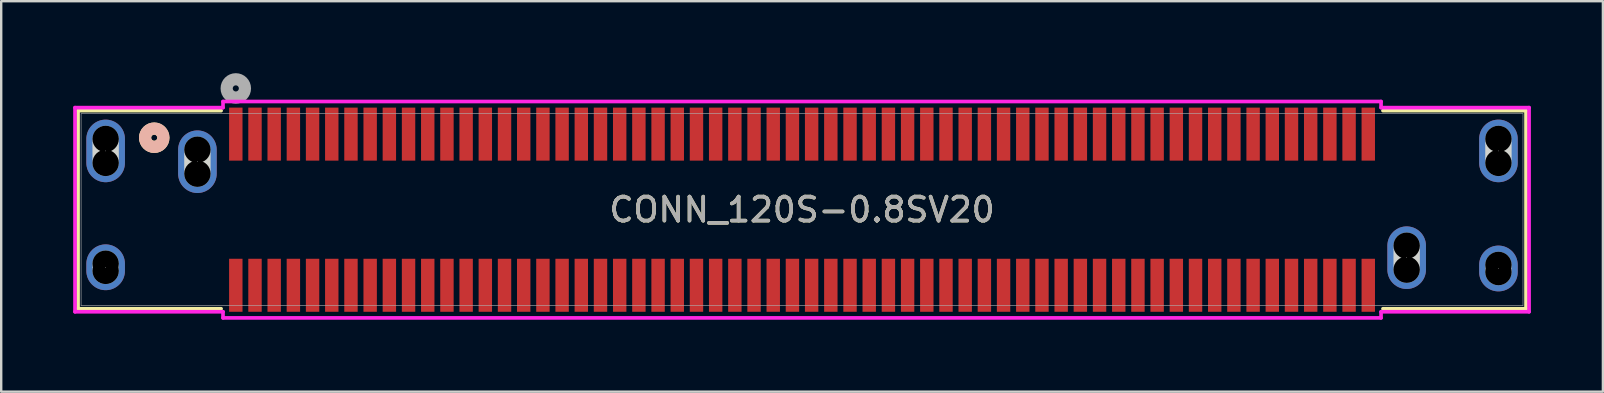
<source format=kicad_pcb>
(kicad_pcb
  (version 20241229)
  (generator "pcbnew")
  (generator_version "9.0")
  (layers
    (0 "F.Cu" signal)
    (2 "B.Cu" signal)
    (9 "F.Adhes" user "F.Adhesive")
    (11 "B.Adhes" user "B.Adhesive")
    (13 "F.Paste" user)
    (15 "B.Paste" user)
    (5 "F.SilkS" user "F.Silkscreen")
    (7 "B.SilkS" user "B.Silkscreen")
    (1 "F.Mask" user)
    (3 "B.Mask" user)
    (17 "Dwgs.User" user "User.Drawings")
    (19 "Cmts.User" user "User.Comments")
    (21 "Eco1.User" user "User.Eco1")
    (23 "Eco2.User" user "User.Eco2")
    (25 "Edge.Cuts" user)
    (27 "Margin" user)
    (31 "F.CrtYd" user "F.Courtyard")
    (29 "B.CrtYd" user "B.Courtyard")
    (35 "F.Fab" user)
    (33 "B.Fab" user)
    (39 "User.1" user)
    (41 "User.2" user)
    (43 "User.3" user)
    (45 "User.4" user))
  (footprint "CONN_120S-0.8SV20"
    (layer "F.Cu")
    (at 30.378 5.69)
    (property "Reference" "CONN_120S-0.8SV20" (at 0 0 0) (unlocked yes) (layer "F.SilkS") (effects (font (size 1 1) (thickness 0.15))))
    (attr smd)
    (fp_line (start -30.175 -4.128) (end -30.175 4.128) (stroke (width 0.152) (type solid)) (layer "F.SilkS"))
    (fp_line (start -30.175 4.128) (end -24.212 4.128) (stroke (width 0.152) (type solid)) (layer "F.SilkS"))
    (fp_line (start -24.212 -4.128) (end -30.175 -4.128) (stroke (width 0.152) (type solid)) (layer "F.SilkS"))
    (fp_line (start 24.212 4.128) (end 30.175 4.128) (stroke (width 0.152) (type solid)) (layer "F.SilkS"))
    (fp_line (start 30.175 -4.128) (end 24.212 -4.128) (stroke (width 0.152) (type solid)) (layer "F.SilkS"))
    (fp_line (start 30.175 4.128) (end 30.175 -4.128) (stroke (width 0.152) (type solid)) (layer "F.SilkS"))
    (fp_circle (center -27 -3) (end -26.619 -3) (stroke (width 0.508) (type solid)) (fill no) (layer "F.SilkS"))
    (fp_circle (center -27 -3) (end -26.619 -3) (stroke (width 0.508) (type solid)) (fill no) (layer "B.SilkS"))
    (fp_line (start -29.025 -1.95) (end -29.025 -2.95) (stroke (width 1.1) (type solid)) (layer "Edge.Cuts"))
    (fp_line (start -29.025 2.55) (end -29.025 2.25) (stroke (width 1.1) (type solid)) (layer "Edge.Cuts"))
    (fp_line (start -25.2 -1.5) (end -25.2 -2.5) (stroke (width 1.1) (type solid)) (layer "Edge.Cuts"))
    (fp_line (start 25.2 2.5) (end 25.2 1.5) (stroke (width 1.1) (type solid)) (layer "Edge.Cuts"))
    (fp_line (start 29.025 -1.95) (end 29.025 -2.95) (stroke (width 1.1) (type solid)) (layer "Edge.Cuts"))
    (fp_line (start 29.025 2.6) (end 29.025 2.3) (stroke (width 1.1) (type solid)) (layer "Edge.Cuts"))
    (fp_line (start -30.302 -4.255) (end -30.302 4.255) (stroke (width 0.152) (type solid)) (layer "F.CrtYd"))
    (fp_line (start -30.302 4.255) (end -24.133 4.255) (stroke (width 0.152) (type solid)) (layer "F.CrtYd"))
    (fp_line (start -24.133 -4.509) (end -24.133 -4.255) (stroke (width 0.152) (type solid)) (layer "F.CrtYd"))
    (fp_line (start -24.133 -4.255) (end -30.302 -4.255) (stroke (width 0.152) (type solid)) (layer "F.CrtYd"))
    (fp_line (start -24.133 4.255) (end -24.133 4.509) (stroke (width 0.152) (type solid)) (layer "F.CrtYd"))
    (fp_line (start -24.133 4.509) (end 24.133 4.509) (stroke (width 0.152) (type solid)) (layer "F.CrtYd"))
    (fp_line (start 24.133 -4.509) (end -24.133 -4.509) (stroke (width 0.152) (type solid)) (layer "F.CrtYd"))
    (fp_line (start 24.133 -4.255) (end 24.133 -4.509) (stroke (width 0.152) (type solid)) (layer "F.CrtYd"))
    (fp_line (start 24.133 4.255) (end 30.302 4.255) (stroke (width 0.152) (type solid)) (layer "F.CrtYd"))
    (fp_line (start 24.133 4.509) (end 24.133 4.255) (stroke (width 0.152) (type solid)) (layer "F.CrtYd"))
    (fp_line (start 30.302 -4.255) (end 24.133 -4.255) (stroke (width 0.152) (type solid)) (layer "F.CrtYd"))
    (fp_line (start 30.302 4.255) (end 30.302 -4.255) (stroke (width 0.152) (type solid)) (layer "F.CrtYd"))
    (fp_line (start -30.048 -4) (end -30.048 4) (stroke (width 0.025) (type solid)) (layer "F.Fab"))
    (fp_line (start -30.048 4) (end 30.048 4) (stroke (width 0.025) (type solid)) (layer "F.Fab"))
    (fp_line (start 30.048 -4) (end -30.048 -4) (stroke (width 0.025) (type solid)) (layer "F.Fab"))
    (fp_line (start 30.048 4) (end 30.048 -4) (stroke (width 0.025) (type solid)) (layer "F.Fab"))
    (fp_circle (center -23.6 -5.055) (end -23.219 -5.055) (stroke (width 0.508) (type solid)) (fill no) (layer "F.Fab"))
    (fp_text user "${REFERENCE}" (at 0 0 0) (unlocked yes) (layer "F.Fab") (effects (font (size 1 1) (thickness 0.15))))
    (pad "" np_thru_hole circle (at -29.025 -2.95) (size 1.1 1.1) (drill 1.1) (layers))
    (pad "" np_thru_hole circle (at -29.025 -1.95) (size 1.1 1.1) (drill 1.1) (layers))
    (pad "" np_thru_hole circle (at -29.025 2.25) (size 1.1 1.1) (drill 1.1) (layers))
    (pad "" np_thru_hole circle (at -29.025 2.55) (size 1.1 1.1) (drill 1.1) (layers))
    (pad "" np_thru_hole circle (at -25.2 -2.5) (size 1.1 1.1) (drill 1.1) (layers))
    (pad "" np_thru_hole circle (at -25.2 -1.5) (size 1.1 1.1) (drill 1.1) (layers))
    (pad "" np_thru_hole circle (at 25.2 1.5) (size 1.1 1.1) (drill 1.1) (layers))
    (pad "" np_thru_hole circle (at 25.2 2.5) (size 1.1 1.1) (drill 1.1) (layers))
    (pad "" np_thru_hole circle (at 29.025 -2.95) (size 1.1 1.1) (drill 1.1) (layers))
    (pad "" np_thru_hole circle (at 29.025 -1.95) (size 1.1 1.1) (drill 1.1) (layers))
    (pad "" np_thru_hole circle (at 29.025 2.3) (size 1.1 1.1) (drill 1.1) (layers))
    (pad "" np_thru_hole circle (at 29.025 2.6) (size 1.1 1.1) (drill 1.1) (layers))
    (pad "1" smd rect (at -23.6 -3.15) (size 0.559 2.21) (layers "F.Cu" "F.Mask" "F.Paste"))
    (pad "2" smd rect (at -22.8 -3.15) (size 0.559 2.21) (layers "F.Cu" "F.Mask" "F.Paste"))
    (pad "3" smd rect (at -22 -3.15) (size 0.559 2.21) (layers "F.Cu" "F.Mask" "F.Paste"))
    (pad "4" smd rect (at -21.2 -3.15) (size 0.559 2.21) (layers "F.Cu" "F.Mask" "F.Paste"))
    (pad "5" smd rect (at -20.4 -3.15) (size 0.559 2.21) (layers "F.Cu" "F.Mask" "F.Paste"))
    (pad "6" smd rect (at -19.6 -3.15) (size 0.559 2.21) (layers "F.Cu" "F.Mask" "F.Paste"))
    (pad "7" smd rect (at -18.8 -3.15) (size 0.559 2.21) (layers "F.Cu" "F.Mask" "F.Paste"))
    (pad "8" smd rect (at -18 -3.15) (size 0.559 2.21) (layers "F.Cu" "F.Mask" "F.Paste"))
    (pad "9" smd rect (at -17.2 -3.15) (size 0.559 2.21) (layers "F.Cu" "F.Mask" "F.Paste"))
    (pad "10" smd rect (at -16.4 -3.15) (size 0.559 2.21) (layers "F.Cu" "F.Mask" "F.Paste"))
    (pad "11" smd rect (at -15.6 -3.15) (size 0.559 2.21) (layers "F.Cu" "F.Mask" "F.Paste"))
    (pad "12" smd rect (at -14.8 -3.15) (size 0.559 2.21) (layers "F.Cu" "F.Mask" "F.Paste"))
    (pad "13" smd rect (at -14 -3.15) (size 0.559 2.21) (layers "F.Cu" "F.Mask" "F.Paste"))
    (pad "14" smd rect (at -13.2 -3.15) (size 0.559 2.21) (layers "F.Cu" "F.Mask" "F.Paste"))
    (pad "15" smd rect (at -12.4 -3.15) (size 0.559 2.21) (layers "F.Cu" "F.Mask" "F.Paste"))
    (pad "16" smd rect (at -11.6 -3.15) (size 0.559 2.21) (layers "F.Cu" "F.Mask" "F.Paste"))
    (pad "17" smd rect (at -10.8 -3.15) (size 0.559 2.21) (layers "F.Cu" "F.Mask" "F.Paste"))
    (pad "18" smd rect (at -10 -3.15) (size 0.559 2.21) (layers "F.Cu" "F.Mask" "F.Paste"))
    (pad "19" smd rect (at -9.2 -3.15) (size 0.559 2.21) (layers "F.Cu" "F.Mask" "F.Paste"))
    (pad "20" smd rect (at -8.4 -3.15) (size 0.559 2.21) (layers "F.Cu" "F.Mask" "F.Paste"))
    (pad "21" smd rect (at -7.6 -3.15) (size 0.559 2.21) (layers "F.Cu" "F.Mask" "F.Paste"))
    (pad "22" smd rect (at -6.8 -3.15) (size 0.559 2.21) (layers "F.Cu" "F.Mask" "F.Paste"))
    (pad "23" smd rect (at -6 -3.15) (size 0.559 2.21) (layers "F.Cu" "F.Mask" "F.Paste"))
    (pad "24" smd rect (at -5.2 -3.15) (size 0.559 2.21) (layers "F.Cu" "F.Mask" "F.Paste"))
    (pad "25" smd rect (at -4.4 -3.15) (size 0.559 2.21) (layers "F.Cu" "F.Mask" "F.Paste"))
    (pad "26" smd rect (at -3.6 -3.15) (size 0.559 2.21) (layers "F.Cu" "F.Mask" "F.Paste"))
    (pad "27" smd rect (at -2.8 -3.15) (size 0.559 2.21) (layers "F.Cu" "F.Mask" "F.Paste"))
    (pad "28" smd rect (at -2 -3.15) (size 0.559 2.21) (layers "F.Cu" "F.Mask" "F.Paste"))
    (pad "29" smd rect (at -1.2 -3.15) (size 0.559 2.21) (layers "F.Cu" "F.Mask" "F.Paste"))
    (pad "30" smd rect (at -0.4 -3.15) (size 0.559 2.21) (layers "F.Cu" "F.Mask" "F.Paste"))
    (pad "31" smd rect (at 0.4 -3.15) (size 0.559 2.21) (layers "F.Cu" "F.Mask" "F.Paste"))
    (pad "32" smd rect (at 1.2 -3.15) (size 0.559 2.21) (layers "F.Cu" "F.Mask" "F.Paste"))
    (pad "33" smd rect (at 2 -3.15) (size 0.559 2.21) (layers "F.Cu" "F.Mask" "F.Paste"))
    (pad "34" smd rect (at 2.8 -3.15) (size 0.559 2.21) (layers "F.Cu" "F.Mask" "F.Paste"))
    (pad "35" smd rect (at 3.6 -3.15) (size 0.559 2.21) (layers "F.Cu" "F.Mask" "F.Paste"))
    (pad "36" smd rect (at 4.4 -3.15) (size 0.559 2.21) (layers "F.Cu" "F.Mask" "F.Paste"))
    (pad "37" smd rect (at 5.2 -3.15) (size 0.559 2.21) (layers "F.Cu" "F.Mask" "F.Paste"))
    (pad "38" smd rect (at 6 -3.15) (size 0.559 2.21) (layers "F.Cu" "F.Mask" "F.Paste"))
    (pad "39" smd rect (at 6.8 -3.15) (size 0.559 2.21) (layers "F.Cu" "F.Mask" "F.Paste"))
    (pad "40" smd rect (at 7.6 -3.15) (size 0.559 2.21) (layers "F.Cu" "F.Mask" "F.Paste"))
    (pad "41" smd rect (at 8.4 -3.15) (size 0.559 2.21) (layers "F.Cu" "F.Mask" "F.Paste"))
    (pad "42" smd rect (at 9.2 -3.15) (size 0.559 2.21) (layers "F.Cu" "F.Mask" "F.Paste"))
    (pad "43" smd rect (at 10 -3.15) (size 0.559 2.21) (layers "F.Cu" "F.Mask" "F.Paste"))
    (pad "44" smd rect (at 10.8 -3.15) (size 0.559 2.21) (layers "F.Cu" "F.Mask" "F.Paste"))
    (pad "45" smd rect (at 11.6 -3.15) (size 0.559 2.21) (layers "F.Cu" "F.Mask" "F.Paste"))
    (pad "46" smd rect (at 12.4 -3.15) (size 0.559 2.21) (layers "F.Cu" "F.Mask" "F.Paste"))
    (pad "47" smd rect (at 13.2 -3.15) (size 0.559 2.21) (layers "F.Cu" "F.Mask" "F.Paste"))
    (pad "48" smd rect (at 14 -3.15) (size 0.559 2.21) (layers "F.Cu" "F.Mask" "F.Paste"))
    (pad "49" smd rect (at 14.8 -3.15) (size 0.559 2.21) (layers "F.Cu" "F.Mask" "F.Paste"))
    (pad "50" smd rect (at 15.6 -3.15) (size 0.559 2.21) (layers "F.Cu" "F.Mask" "F.Paste"))
    (pad "51" smd rect (at 16.4 -3.15) (size 0.559 2.21) (layers "F.Cu" "F.Mask" "F.Paste"))
    (pad "52" smd rect (at 17.2 -3.15) (size 0.559 2.21) (layers "F.Cu" "F.Mask" "F.Paste"))
    (pad "53" smd rect (at 18 -3.15) (size 0.559 2.21) (layers "F.Cu" "F.Mask" "F.Paste"))
    (pad "54" smd rect (at 18.8 -3.15) (size 0.559 2.21) (layers "F.Cu" "F.Mask" "F.Paste"))
    (pad "55" smd rect (at 19.6 -3.15) (size 0.559 2.21) (layers "F.Cu" "F.Mask" "F.Paste"))
    (pad "56" smd rect (at 20.4 -3.15) (size 0.559 2.21) (layers "F.Cu" "F.Mask" "F.Paste"))
    (pad "57" smd rect (at 21.2 -3.15) (size 0.559 2.21) (layers "F.Cu" "F.Mask" "F.Paste"))
    (pad "58" smd rect (at 22 -3.15) (size 0.559 2.21) (layers "F.Cu" "F.Mask" "F.Paste"))
    (pad "59" smd rect (at 22.8 -3.15) (size 0.559 2.21) (layers "F.Cu" "F.Mask" "F.Paste"))
    (pad "60" smd rect (at 23.6 -3.15) (size 0.559 2.21) (layers "F.Cu" "F.Mask" "F.Paste"))
    (pad "61" smd rect (at -23.6 3.15) (size 0.559 2.21) (layers "F.Cu" "F.Mask" "F.Paste"))
    (pad "62" smd rect (at -22.8 3.15) (size 0.559 2.21) (layers "F.Cu" "F.Mask" "F.Paste"))
    (pad "63" smd rect (at -22 3.15) (size 0.559 2.21) (layers "F.Cu" "F.Mask" "F.Paste"))
    (pad "64" smd rect (at -21.2 3.15) (size 0.559 2.21) (layers "F.Cu" "F.Mask" "F.Paste"))
    (pad "65" smd rect (at -20.4 3.15) (size 0.559 2.21) (layers "F.Cu" "F.Mask" "F.Paste"))
    (pad "66" smd rect (at -19.6 3.15) (size 0.559 2.21) (layers "F.Cu" "F.Mask" "F.Paste"))
    (pad "67" smd rect (at -18.8 3.15) (size 0.559 2.21) (layers "F.Cu" "F.Mask" "F.Paste"))
    (pad "68" smd rect (at -18 3.15) (size 0.559 2.21) (layers "F.Cu" "F.Mask" "F.Paste"))
    (pad "69" smd rect (at -17.2 3.15) (size 0.559 2.21) (layers "F.Cu" "F.Mask" "F.Paste"))
    (pad "70" smd rect (at -16.4 3.15) (size 0.559 2.21) (layers "F.Cu" "F.Mask" "F.Paste"))
    (pad "71" smd rect (at -15.6 3.15) (size 0.559 2.21) (layers "F.Cu" "F.Mask" "F.Paste"))
    (pad "72" smd rect (at -14.8 3.15) (size 0.559 2.21) (layers "F.Cu" "F.Mask" "F.Paste"))
    (pad "73" smd rect (at -14 3.15) (size 0.559 2.21) (layers "F.Cu" "F.Mask" "F.Paste"))
    (pad "74" smd rect (at -13.2 3.15) (size 0.559 2.21) (layers "F.Cu" "F.Mask" "F.Paste"))
    (pad "75" smd rect (at -12.4 3.15) (size 0.559 2.21) (layers "F.Cu" "F.Mask" "F.Paste"))
    (pad "76" smd rect (at -11.6 3.15) (size 0.559 2.21) (layers "F.Cu" "F.Mask" "F.Paste"))
    (pad "77" smd rect (at -10.8 3.15) (size 0.559 2.21) (layers "F.Cu" "F.Mask" "F.Paste"))
    (pad "78" smd rect (at -10 3.15) (size 0.559 2.21) (layers "F.Cu" "F.Mask" "F.Paste"))
    (pad "79" smd rect (at -9.2 3.15) (size 0.559 2.21) (layers "F.Cu" "F.Mask" "F.Paste"))
    (pad "80" smd rect (at -8.4 3.15) (size 0.559 2.21) (layers "F.Cu" "F.Mask" "F.Paste"))
    (pad "81" smd rect (at -7.6 3.15) (size 0.559 2.21) (layers "F.Cu" "F.Mask" "F.Paste"))
    (pad "82" smd rect (at -6.8 3.15) (size 0.559 2.21) (layers "F.Cu" "F.Mask" "F.Paste"))
    (pad "83" smd rect (at -6 3.15) (size 0.559 2.21) (layers "F.Cu" "F.Mask" "F.Paste"))
    (pad "84" smd rect (at -5.2 3.15) (size 0.559 2.21) (layers "F.Cu" "F.Mask" "F.Paste"))
    (pad "85" smd rect (at -4.4 3.15) (size 0.559 2.21) (layers "F.Cu" "F.Mask" "F.Paste"))
    (pad "86" smd rect (at -3.6 3.15) (size 0.559 2.21) (layers "F.Cu" "F.Mask" "F.Paste"))
    (pad "87" smd rect (at -2.8 3.15) (size 0.559 2.21) (layers "F.Cu" "F.Mask" "F.Paste"))
    (pad "88" smd rect (at -2 3.15) (size 0.559 2.21) (layers "F.Cu" "F.Mask" "F.Paste"))
    (pad "89" smd rect (at -1.2 3.15) (size 0.559 2.21) (layers "F.Cu" "F.Mask" "F.Paste"))
    (pad "90" smd rect (at -0.4 3.15) (size 0.559 2.21) (layers "F.Cu" "F.Mask" "F.Paste"))
    (pad "91" smd rect (at 0.4 3.15) (size 0.559 2.21) (layers "F.Cu" "F.Mask" "F.Paste"))
    (pad "92" smd rect (at 1.2 3.15) (size 0.559 2.21) (layers "F.Cu" "F.Mask" "F.Paste"))
    (pad "93" smd rect (at 2 3.15) (size 0.559 2.21) (layers "F.Cu" "F.Mask" "F.Paste"))
    (pad "94" smd rect (at 2.8 3.15) (size 0.559 2.21) (layers "F.Cu" "F.Mask" "F.Paste"))
    (pad "95" smd rect (at 3.6 3.15) (size 0.559 2.21) (layers "F.Cu" "F.Mask" "F.Paste"))
    (pad "96" smd rect (at 4.4 3.15) (size 0.559 2.21) (layers "F.Cu" "F.Mask" "F.Paste"))
    (pad "97" smd rect (at 5.2 3.15) (size 0.559 2.21) (layers "F.Cu" "F.Mask" "F.Paste"))
    (pad "98" smd rect (at 6 3.15) (size 0.559 2.21) (layers "F.Cu" "F.Mask" "F.Paste"))
    (pad "99" smd rect (at 6.8 3.15) (size 0.559 2.21) (layers "F.Cu" "F.Mask" "F.Paste"))
    (pad "100" smd rect (at 7.6 3.15) (size 0.559 2.21) (layers "F.Cu" "F.Mask" "F.Paste"))
    (pad "101" smd rect (at 8.4 3.15) (size 0.559 2.21) (layers "F.Cu" "F.Mask" "F.Paste"))
    (pad "102" smd rect (at 9.2 3.15) (size 0.559 2.21) (layers "F.Cu" "F.Mask" "F.Paste"))
    (pad "103" smd rect (at 10 3.15) (size 0.559 2.21) (layers "F.Cu" "F.Mask" "F.Paste"))
    (pad "104" smd rect (at 10.8 3.15) (size 0.559 2.21) (layers "F.Cu" "F.Mask" "F.Paste"))
    (pad "105" smd rect (at 11.6 3.15) (size 0.559 2.21) (layers "F.Cu" "F.Mask" "F.Paste"))
    (pad "106" smd rect (at 12.4 3.15) (size 0.559 2.21) (layers "F.Cu" "F.Mask" "F.Paste"))
    (pad "107" smd rect (at 13.2 3.15) (size 0.559 2.21) (layers "F.Cu" "F.Mask" "F.Paste"))
    (pad "108" smd rect (at 14 3.15) (size 0.559 2.21) (layers "F.Cu" "F.Mask" "F.Paste"))
    (pad "109" smd rect (at 14.8 3.15) (size 0.559 2.21) (layers "F.Cu" "F.Mask" "F.Paste"))
    (pad "110" smd rect (at 15.6 3.15) (size 0.559 2.21) (layers "F.Cu" "F.Mask" "F.Paste"))
    (pad "111" smd rect (at 16.4 3.15) (size 0.559 2.21) (layers "F.Cu" "F.Mask" "F.Paste"))
    (pad "112" smd rect (at 17.2 3.15) (size 0.559 2.21) (layers "F.Cu" "F.Mask" "F.Paste"))
    (pad "113" smd rect (at 18 3.15) (size 0.559 2.21) (layers "F.Cu" "F.Mask" "F.Paste"))
    (pad "114" smd rect (at 18.8 3.15) (size 0.559 2.21) (layers "F.Cu" "F.Mask" "F.Paste"))
    (pad "115" smd rect (at 19.6 3.15) (size 0.559 2.21) (layers "F.Cu" "F.Mask" "F.Paste"))
    (pad "116" smd rect (at 20.4 3.15) (size 0.559 2.21) (layers "F.Cu" "F.Mask" "F.Paste"))
    (pad "117" smd rect (at 21.2 3.15) (size 0.559 2.21) (layers "F.Cu" "F.Mask" "F.Paste"))
    (pad "118" smd rect (at 22 3.15) (size 0.559 2.21) (layers "F.Cu" "F.Mask" "F.Paste"))
    (pad "119" smd rect (at 22.8 3.15) (size 0.559 2.21) (layers "F.Cu" "F.Mask" "F.Paste"))
    (pad "120" smd rect (at 23.6 3.15) (size 0.559 2.21) (layers "F.Cu" "F.Mask" "F.Paste"))
    (pad "121" thru_hole oval (at -29.025 2.4 90) (size 1.908 1.608) (drill 0.025) (layers "*.Cu" "*.Mask"))
    (pad "122" thru_hole oval (at -29.025 -2.45 90) (size 2.608 1.608) (drill 0.025) (layers "*.Cu" "*.Mask"))
    (pad "123" thru_hole oval (at -25.2 -2 90) (size 2.608 1.608) (drill 0.025) (layers "*.Cu" "*.Mask"))
    (pad "124" thru_hole oval (at 25.2 2 90) (size 2.608 1.608) (drill 0.025) (layers "*.Cu" "*.Mask"))
    (pad "125" thru_hole oval (at 29.025 2.45 90) (size 1.908 1.608) (drill 0.025) (layers "*.Cu" "*.Mask"))
    (pad "126" thru_hole oval (at 29.025 -2.45 90) (size 2.608 1.608) (drill 0.025) (layers "*.Cu" "*.Mask")))
  (gr_rect
    (start -3 -3)
    (end 63.757 13.275)
    (stroke (width 0.1) (type default))
    (fill no)
    (layer "Edge.Cuts")))
</source>
